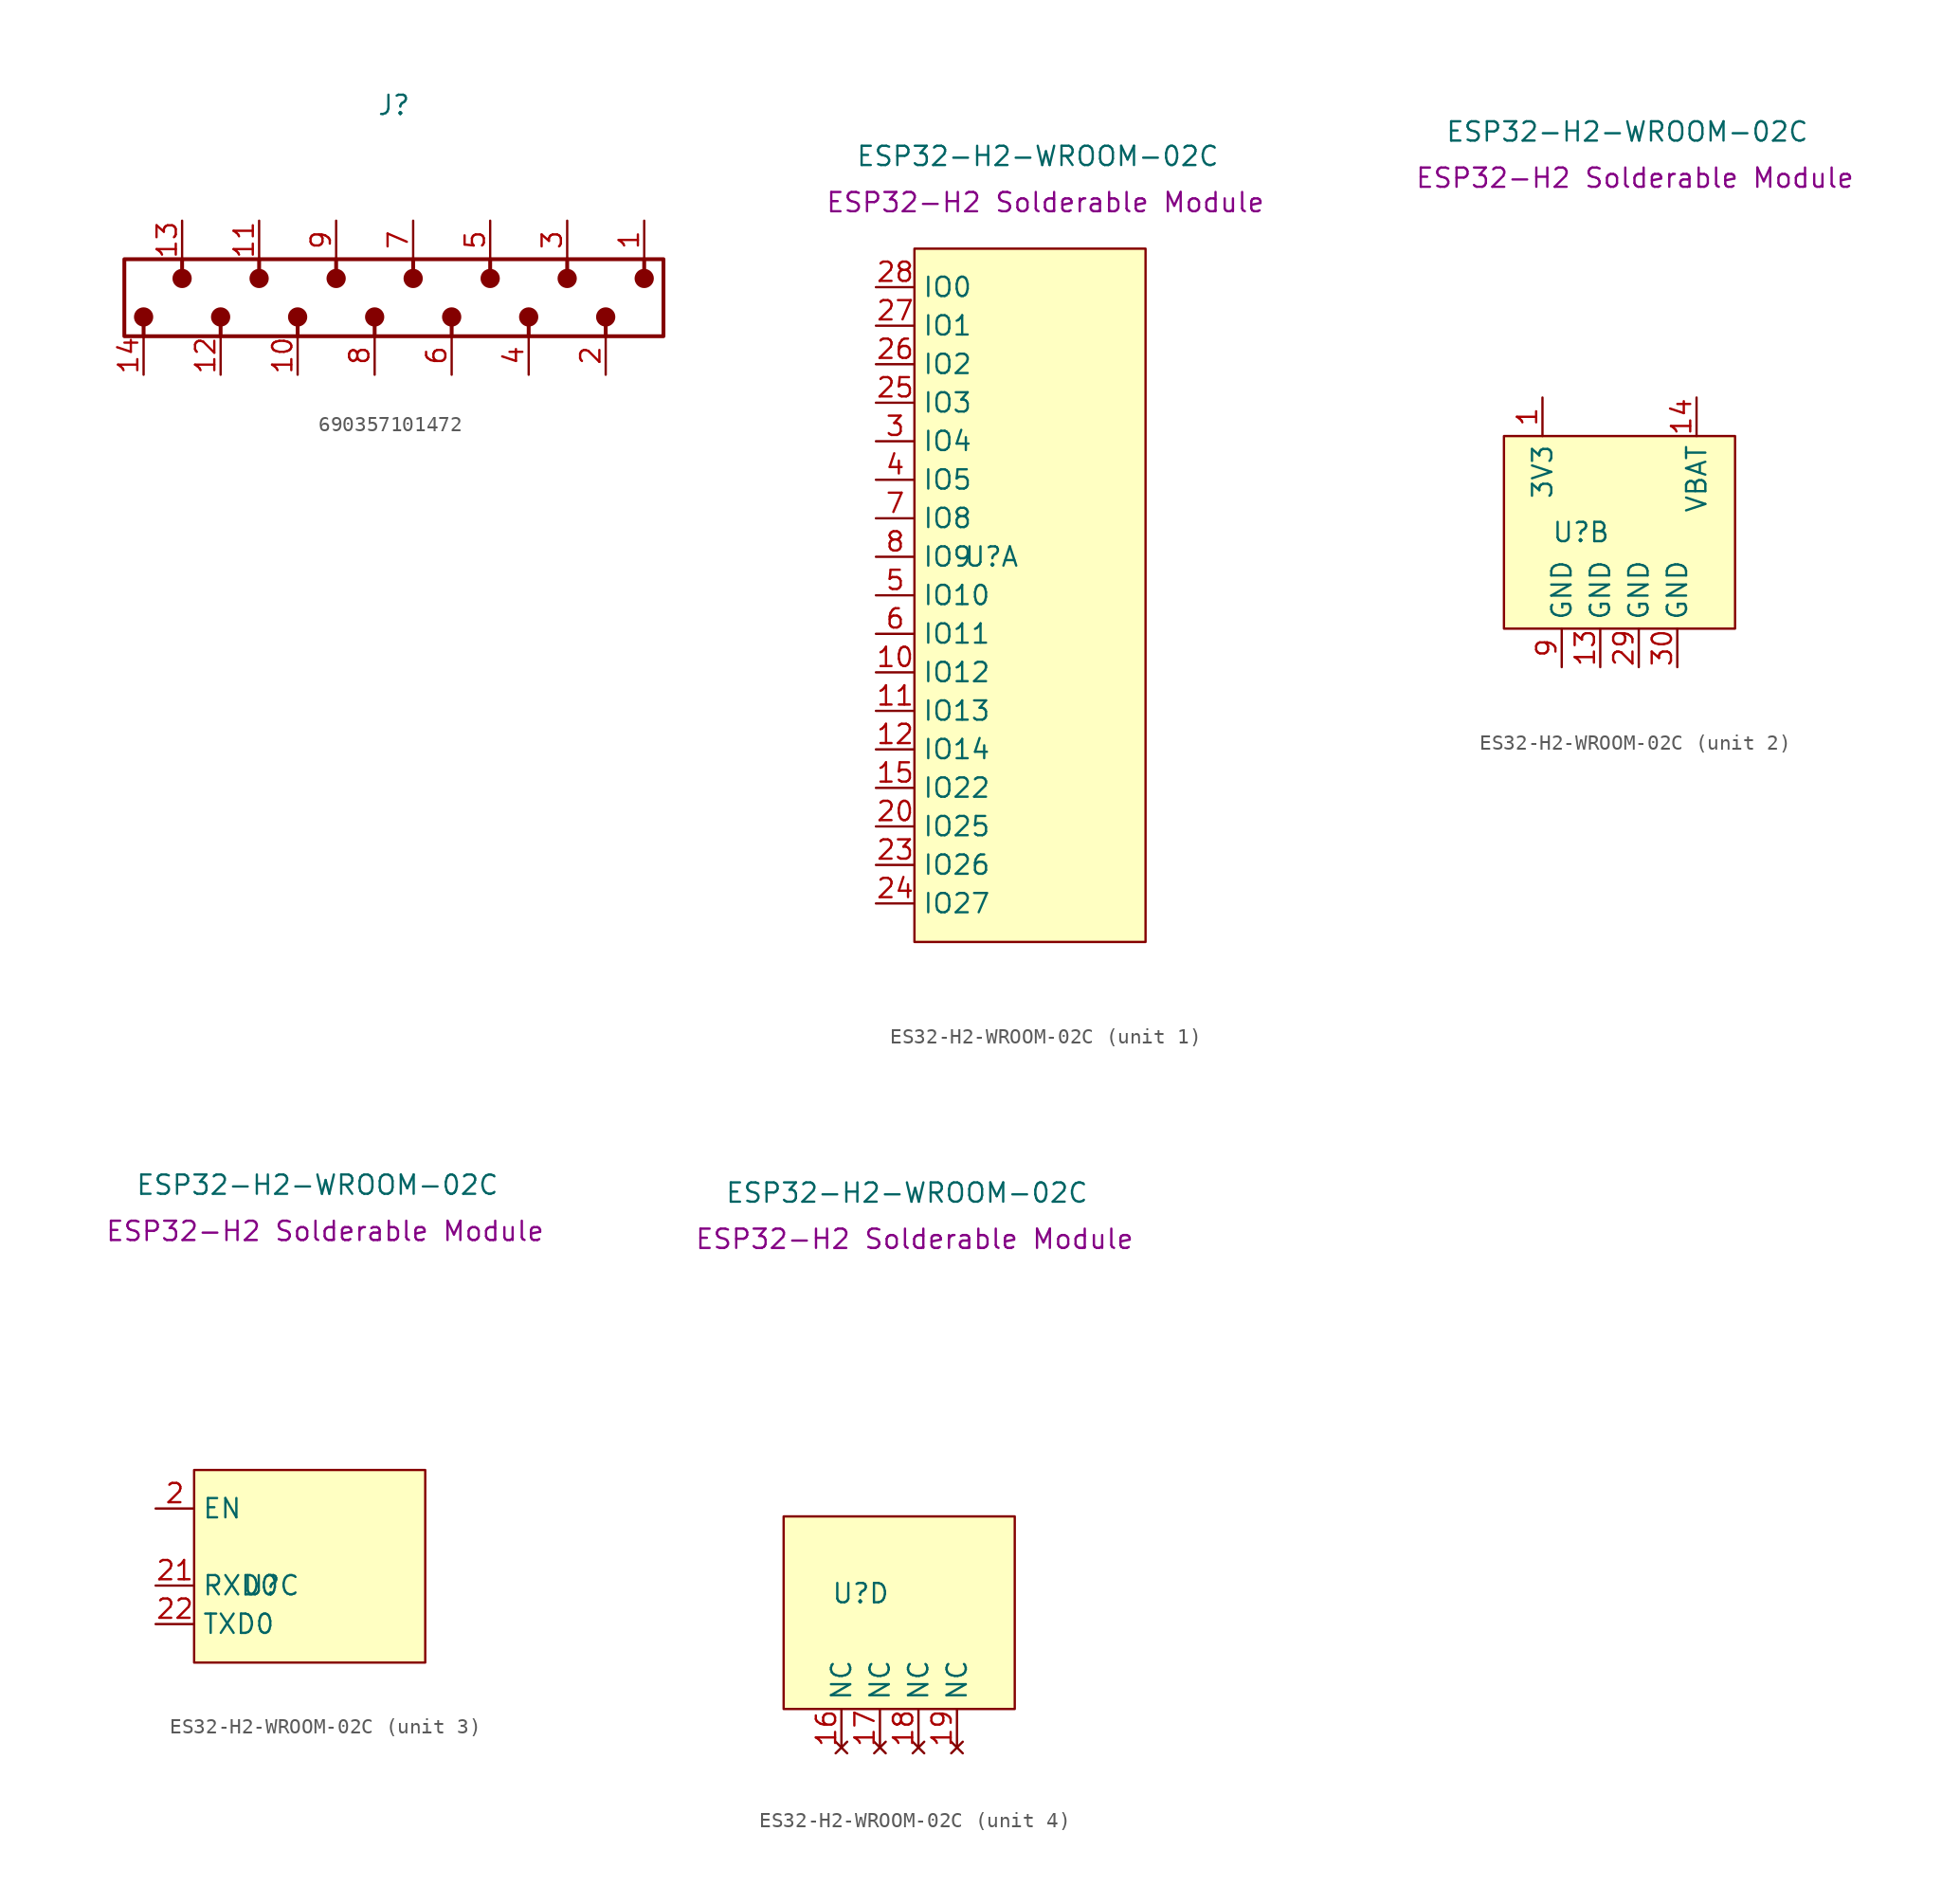
<source format=kicad_sym>
(kicad_symbol_lib
  (version 20241209)
  (generator "kicad_symbol_editor")
  (generator_version "9.0")
  (symbol "690357101472"
    (pin_names
      (hide yes))
    (property "Reference" "J"
      (at 0 12.7 0)
      (effects (font (size 1.27 1.27))))
    (symbol "690357101472_1_1"
      (rectangle (start -17.78 2.54) (end 17.78 -2.54) (stroke (width 0.254) (type solid)) (fill (type none)))
      (circle (center -16.51 -1.27) (radius 0.508) (stroke (width 0.254) (type solid)) (fill (type outline)))
      (polyline (pts (xy -16.51 -1.778) (xy -16.51 -2.54)) (stroke (width 0.254) (type solid)) (fill (type none)))
      (polyline (pts (xy -13.97 1.778) (xy -13.97 2.54)) (stroke (width 0.254) (type solid)) (fill (type none)))
      (circle (center -13.97 1.27) (radius 0.508) (stroke (width 0.254) (type solid)) (fill (type outline)))
      (circle (center -11.43 -1.27) (radius 0.508) (stroke (width 0.254) (type solid)) (fill (type outline)))
      (polyline (pts (xy -11.43 -1.778) (xy -11.43 -2.54)) (stroke (width 0.254) (type solid)) (fill (type none)))
      (polyline (pts (xy -8.89 1.778) (xy -8.89 2.54)) (stroke (width 0.254) (type solid)) (fill (type none)))
      (circle (center -8.89 1.27) (radius 0.508) (stroke (width 0.254) (type solid)) (fill (type outline)))
      (circle (center -6.35 -1.27) (radius 0.508) (stroke (width 0.254) (type solid)) (fill (type outline)))
      (polyline (pts (xy -6.35 -1.778) (xy -6.35 -2.54)) (stroke (width 0.254) (type solid)) (fill (type none)))
      (polyline (pts (xy -3.81 1.778) (xy -3.81 2.54)) (stroke (width 0.254) (type solid)) (fill (type none)))
      (circle (center -3.81 1.27) (radius 0.508) (stroke (width 0.254) (type solid)) (fill (type outline)))
      (circle (center -1.27 -1.27) (radius 0.508) (stroke (width 0.254) (type solid)) (fill (type outline)))
      (polyline (pts (xy -1.27 -1.778) (xy -1.27 -2.54)) (stroke (width 0.254) (type solid)) (fill (type none)))
      (polyline (pts (xy 1.27 1.778) (xy 1.27 2.54)) (stroke (width 0.254) (type solid)) (fill (type none)))
      (circle (center 1.27 1.27) (radius 0.508) (stroke (width 0.254) (type solid)) (fill (type outline)))
      (circle (center 3.81 -1.27) (radius 0.508) (stroke (width 0.254) (type solid)) (fill (type outline)))
      (polyline (pts (xy 3.81 -1.778) (xy 3.81 -2.54)) (stroke (width 0.254) (type solid)) (fill (type none)))
      (polyline (pts (xy 6.35 1.778) (xy 6.35 2.54)) (stroke (width 0.254) (type solid)) (fill (type none)))
      (circle (center 6.35 1.27) (radius 0.508) (stroke (width 0.254) (type solid)) (fill (type outline)))
      (circle (center 8.89 -1.27) (radius 0.508) (stroke (width 0.254) (type solid)) (fill (type outline)))
      (polyline (pts (xy 8.89 -1.778) (xy 8.89 -2.54)) (stroke (width 0.254) (type solid)) (fill (type none)))
      (polyline (pts (xy 11.43 1.778) (xy 11.43 2.54)) (stroke (width 0.254) (type solid)) (fill (type none)))
      (circle (center 11.43 1.27) (radius 0.508) (stroke (width 0.254) (type solid)) (fill (type outline)))
      (circle (center 13.97 -1.27) (radius 0.508) (stroke (width 0.254) (type solid)) (fill (type outline)))
      (polyline (pts (xy 13.97 -1.778) (xy 13.97 -2.54)) (stroke (width 0.254) (type solid)) (fill (type none)))
      (polyline (pts (xy 16.51 1.778) (xy 16.51 2.54)) (stroke (width 0.254) (type solid)) (fill (type none)))
      (circle (center 16.51 1.27) (radius 0.508) (stroke (width 0.254) (type solid)) (fill (type outline)))
      (pin passive line (at -16.51 -5.08 90) (length 2.54) (name "14" (effects (font (size 1.27 1.27)))) (number "14" (effects (font (size 1.27 1.27)))))
      (pin passive line (at -13.97 5.08 270) (length 2.54) (name "13" (effects (font (size 1.27 1.27)))) (number "13" (effects (font (size 1.27 1.27)))))
      (pin passive line (at -11.43 -5.08 90) (length 2.54) (name "12" (effects (font (size 1.27 1.27)))) (number "12" (effects (font (size 1.27 1.27)))))
      (pin passive line (at -8.89 5.08 270) (length 2.54) (name "11" (effects (font (size 1.27 1.27)))) (number "11" (effects (font (size 1.27 1.27)))))
      (pin passive line (at -6.35 -5.08 90) (length 2.54) (name "10" (effects (font (size 1.27 1.27)))) (number "10" (effects (font (size 1.27 1.27)))))
      (pin passive line (at -3.81 5.08 270) (length 2.54) (name "9" (effects (font (size 1.27 1.27)))) (number "9" (effects (font (size 1.27 1.27)))))
      (pin passive line (at -1.27 -5.08 90) (length 2.54) (name "8" (effects (font (size 1.27 1.27)))) (number "8" (effects (font (size 1.27 1.27)))))
      (pin passive line (at 1.27 5.08 270) (length 2.54) (name "7" (effects (font (size 1.27 1.27)))) (number "7" (effects (font (size 1.27 1.27)))))
      (pin passive line (at 3.81 -5.08 90) (length 2.54) (name "6" (effects (font (size 1.27 1.27)))) (number "6" (effects (font (size 1.27 1.27)))))
      (pin passive line (at 6.35 5.08 270) (length 2.54) (name "5" (effects (font (size 1.27 1.27)))) (number "5" (effects (font (size 1.27 1.27)))))
      (pin passive line (at 8.89 -5.08 90) (length 2.54) (name "4" (effects (font (size 1.27 1.27)))) (number "4" (effects (font (size 1.27 1.27)))))
      (pin passive line (at 11.43 5.08 270) (length 2.54) (name "3" (effects (font (size 1.27 1.27)))) (number "3" (effects (font (size 1.27 1.27)))))
      (pin passive line (at 13.97 -5.08 90) (length 2.54) (name "2" (effects (font (size 1.27 1.27)))) (number "2" (effects (font (size 1.27 1.27)))))
      (pin passive line (at 16.51 5.08 270) (length 2.54) (name "1" (effects (font (size 1.27 1.27)))) (number "1" (effects (font (size 1.27 1.27)))))))
  (symbol "ES32-H2-WROOM-02C"
    (property "Reference" "U"
      (at -2.54 0 0)
      (effects (font (size 1.27 1.27))))
    (property "Value" "ESP32-H2-WROOM-02C"
      (at 0.508 26.416 0)
      (effects (font (size 1.27 1.27))))
    (property "Description" "ESP32-H2 Solderable Module"
      (at 1.016 23.368 0)
      (effects (font (size 1.27 1.27))))
    (property "ki_locked" ""
      (at 0 0 0)
      (effects (font (size 1.27 1.27))))
    (symbol "ES32-H2-WROOM-02C_1_1"
      (rectangle (start -7.62 20.32) (end 7.62 -25.4) (stroke (width 0) (type solid)) (fill (type background)))
      (pin bidirectional line (at -10.16 17.78 0) (length 2.54) (name "IO0" (effects (font (size 1.27 1.27)))) (number "28" (effects (font (size 1.27 1.27)))))
      (pin bidirectional line (at -10.16 15.24 0) (length 2.54) (name "IO1" (effects (font (size 1.27 1.27)))) (number "27" (effects (font (size 1.27 1.27)))))
      (pin bidirectional line (at -10.16 12.7 0) (length 2.54) (name "IO2" (effects (font (size 1.27 1.27)))) (number "26" (effects (font (size 1.27 1.27)))))
      (pin bidirectional line (at -10.16 10.16 0) (length 2.54) (name "IO3" (effects (font (size 1.27 1.27)))) (number "25" (effects (font (size 1.27 1.27)))))
      (pin bidirectional line (at -10.16 7.62 0) (length 2.54) (name "IO4" (effects (font (size 1.27 1.27)))) (number "3" (effects (font (size 1.27 1.27)))))
      (pin bidirectional line (at -10.16 5.08 0) (length 2.54) (name "IO5" (effects (font (size 1.27 1.27)))) (number "4" (effects (font (size 1.27 1.27)))))
      (pin bidirectional line (at -10.16 2.54 0) (length 2.54) (name "IO8" (effects (font (size 1.27 1.27)))) (number "7" (effects (font (size 1.27 1.27)))))
      (pin bidirectional line (at -10.16 0 0) (length 2.54) (name "IO9" (effects (font (size 1.27 1.27)))) (number "8" (effects (font (size 1.27 1.27)))))
      (pin bidirectional line (at -10.16 -2.54 0) (length 2.54) (name "IO10" (effects (font (size 1.27 1.27)))) (number "5" (effects (font (size 1.27 1.27)))))
      (pin bidirectional line (at -10.16 -5.08 0) (length 2.54) (name "IO11" (effects (font (size 1.27 1.27)))) (number "6" (effects (font (size 1.27 1.27)))))
      (pin bidirectional line (at -10.16 -7.62 0) (length 2.54) (name "IO12" (effects (font (size 1.27 1.27)))) (number "10" (effects (font (size 1.27 1.27)))))
      (pin bidirectional line (at -10.16 -10.16 0) (length 2.54) (name "IO13" (effects (font (size 1.27 1.27)))) (number "11" (effects (font (size 1.27 1.27)))))
      (pin bidirectional line (at -10.16 -12.7 0) (length 2.54) (name "IO14" (effects (font (size 1.27 1.27)))) (number "12" (effects (font (size 1.27 1.27)))))
      (pin bidirectional line (at -10.16 -15.24 0) (length 2.54) (name "IO22" (effects (font (size 1.27 1.27)))) (number "15" (effects (font (size 1.27 1.27)))))
      (pin bidirectional line (at -10.16 -17.78 0) (length 2.54) (name "IO25" (effects (font (size 1.27 1.27)))) (number "20" (effects (font (size 1.27 1.27)))))
      (pin bidirectional line (at -10.16 -20.32 0) (length 2.54) (name "IO26" (effects (font (size 1.27 1.27)))) (number "23" (effects (font (size 1.27 1.27)))))
      (pin bidirectional line (at -10.16 -22.86 0) (length 2.54) (name "IO27" (effects (font (size 1.27 1.27)))) (number "24" (effects (font (size 1.27 1.27))))))
    (symbol "ES32-H2-WROOM-02C_2_1"
      (rectangle (start -7.62 6.35) (end 7.62 -6.35) (stroke (width 0) (type solid)) (fill (type background)))
      (pin power_in line (at -5.08 8.89 270) (length 2.54) (name "3V3" (effects (font (size 1.27 1.27)))) (number "1" (effects (font (size 1.27 1.27)))))
      (pin power_in line (at -3.81 -8.89 90) (length 2.54) (name "GND" (effects (font (size 1.27 1.27)))) (number "9" (effects (font (size 1.27 1.27)))))
      (pin power_in line (at -1.27 -8.89 90) (length 2.54) (name "GND" (effects (font (size 1.27 1.27)))) (number "13" (effects (font (size 1.27 1.27)))))
      (pin power_in line (at 1.27 -8.89 90) (length 2.54) (name "GND" (effects (font (size 1.27 1.27)))) (number "29" (effects (font (size 1.27 1.27)))))
      (pin power_in line (at 3.81 -8.89 90) (length 2.54) (name "GND" (effects (font (size 1.27 1.27)))) (number "30" (effects (font (size 1.27 1.27)))))
      (pin power_in line (at 5.08 8.89 270) (length 2.54) (name "VBAT" (effects (font (size 1.27 1.27)))) (number "14" (effects (font (size 1.27 1.27))))))
    (symbol "ES32-H2-WROOM-02C_3_1"
      (rectangle (start -7.62 7.62) (end 7.62 -5.08) (stroke (width 0) (type solid)) (fill (type background)))
      (pin input line (at -10.16 5.08 0) (length 2.54) (name "EN" (effects (font (size 1.27 1.27)))) (number "2" (effects (font (size 1.27 1.27)))))
      (pin input line (at -10.16 0 0) (length 2.54) (name "RXD0" (effects (font (size 1.27 1.27)))) (number "21" (effects (font (size 1.27 1.27)))))
      (pin output line (at -10.16 -2.54 0) (length 2.54) (name "TXD0" (effects (font (size 1.27 1.27)))) (number "22" (effects (font (size 1.27 1.27))))))
    (symbol "ES32-H2-WROOM-02C_4_1"
      (rectangle (start -7.62 5.08) (end 7.62 -7.62) (stroke (width 0) (type solid)) (fill (type background)))
      (pin no_connect line (at -3.81 -10.16 90) (length 2.54) (name "NC" (effects (font (size 1.27 1.27)))) (number "16" (effects (font (size 1.27 1.27)))))
      (pin no_connect line (at -1.27 -10.16 90) (length 2.54) (name "NC" (effects (font (size 1.27 1.27)))) (number "17" (effects (font (size 1.27 1.27)))))
      (pin no_connect line (at 1.27 -10.16 90) (length 2.54) (name "NC" (effects (font (size 1.27 1.27)))) (number "18" (effects (font (size 1.27 1.27)))))
      (pin no_connect line (at 3.81 -10.16 90) (length 2.54) (name "NC" (effects (font (size 1.27 1.27)))) (number "19" (effects (font (size 1.27 1.27))))))))
</source>
